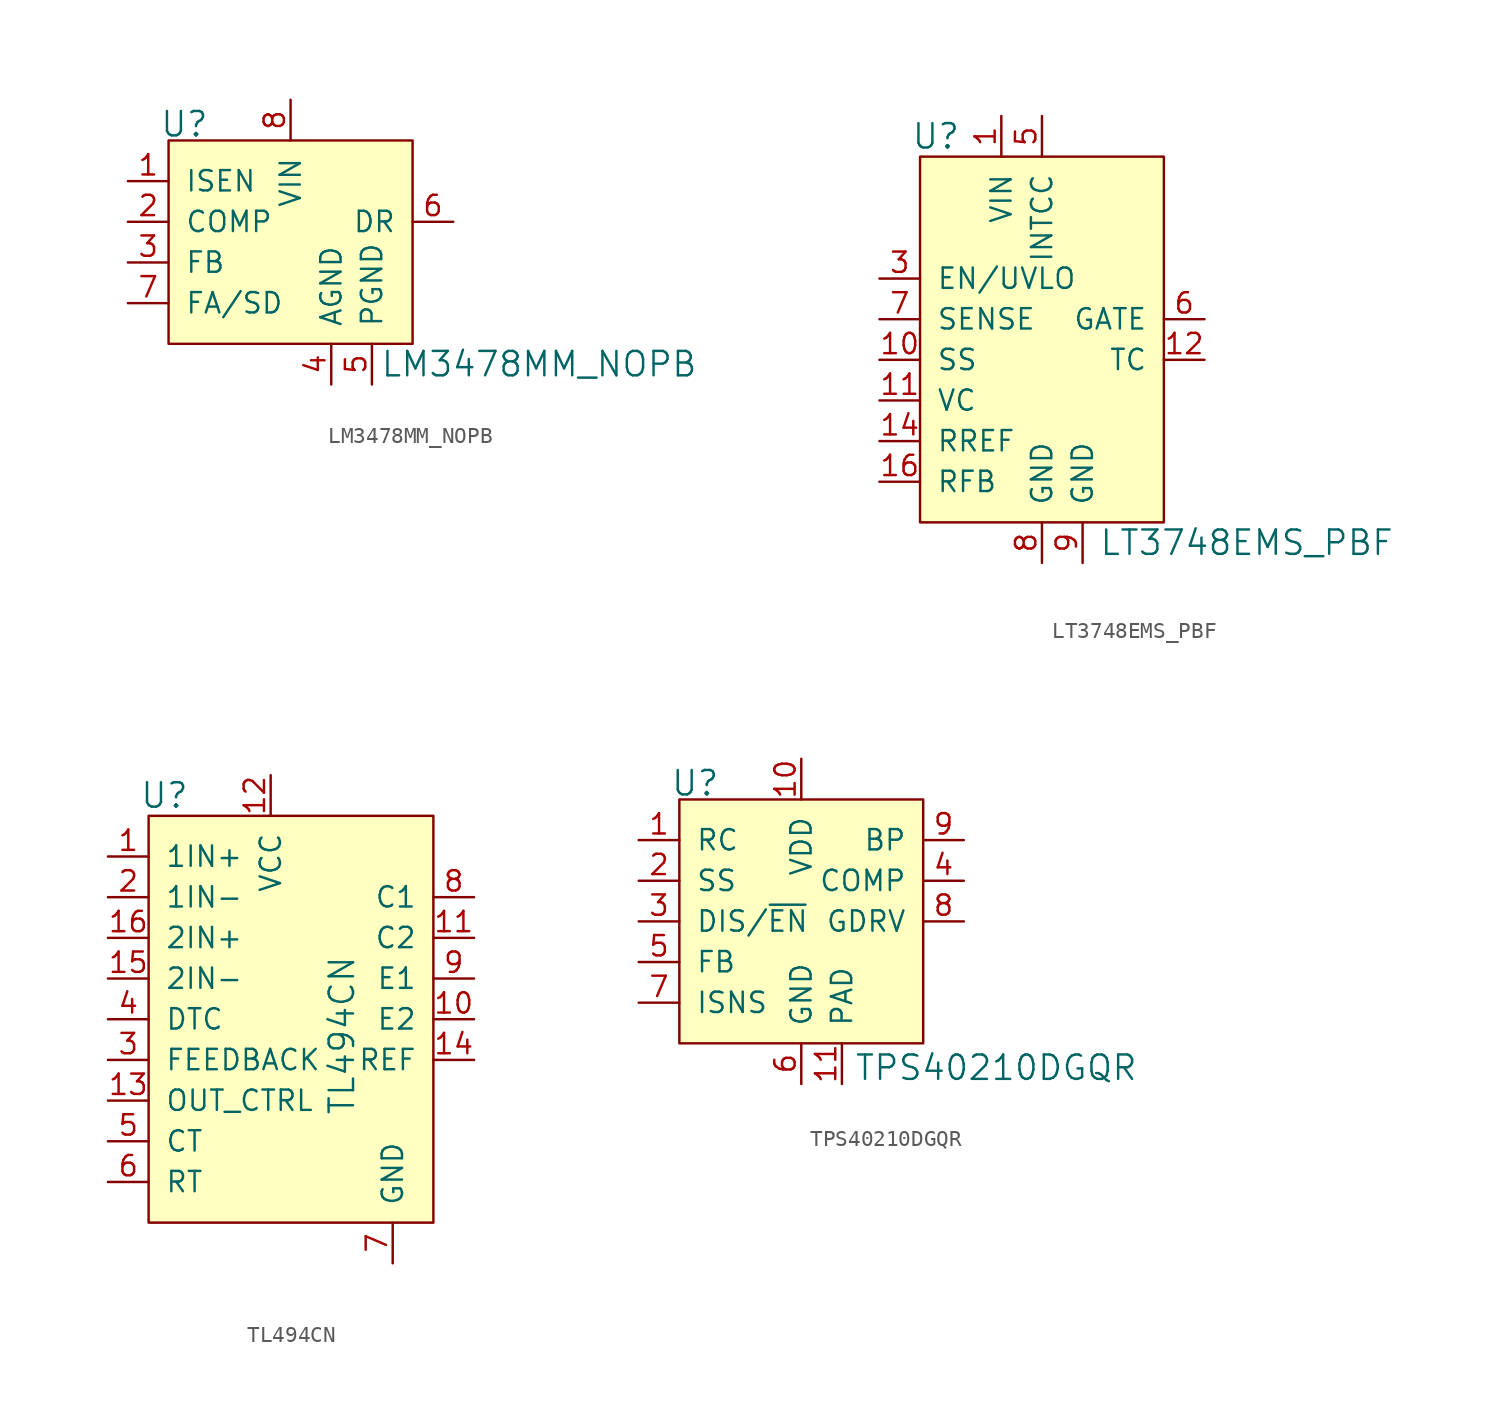
<source format=kicad_sym>
(kicad_symbol_lib
  (version 20231120)
  (generator "kicad_symbol_editor")
  (generator_version "8.0")
  (symbol "LM3478MM_NOPB"
    (pin_names
      (offset 1.016))
    (property "Reference" "U"
      (at -5.08 6.096 0)
      (effects (font (size 1.524 1.524)) (justify right)))
    (property "Value" "LM3478MM_NOPB"
      (at 5.588 -8.89 0)
      (effects (font (size 1.524 1.524)) (justify left)))
    (symbol "LM3478MM_NOPB_0_1"
      (rectangle (start -7.62 5.08) (end 7.62 -7.62) (stroke (width 0) (type solid)) (fill (type background))))
    (symbol "LM3478MM_NOPB_1_1"
      (pin input line (at -10.16 2.54 0) (length 2.54) (name "ISEN" (effects (font (size 1.27 1.27)))) (number "1" (effects (font (size 1.27 1.27)))))
      (pin passive line (at -10.16 0 0) (length 2.54) (name "COMP" (effects (font (size 1.27 1.27)))) (number "2" (effects (font (size 1.27 1.27)))))
      (pin input line (at -10.16 -2.54 0) (length 2.54) (name "FB" (effects (font (size 1.27 1.27)))) (number "3" (effects (font (size 1.27 1.27)))))
      (pin power_in line (at 2.54 -10.16 90) (length 2.54) (name "AGND" (effects (font (size 1.27 1.27)))) (number "4" (effects (font (size 1.27 1.27)))))
      (pin power_in line (at 5.08 -10.16 90) (length 2.54) (name "PGND" (effects (font (size 1.27 1.27)))) (number "5" (effects (font (size 1.27 1.27)))))
      (pin output line (at 10.16 0 180) (length 2.54) (name "DR" (effects (font (size 1.27 1.27)))) (number "6" (effects (font (size 1.27 1.27)))))
      (pin passive line (at -10.16 -5.08 0) (length 2.54) (name "FA/SD" (effects (font (size 1.27 1.27)))) (number "7" (effects (font (size 1.27 1.27)))))
      (pin power_in line (at 0 7.62 270) (length 2.54) (name "VIN" (effects (font (size 1.27 1.27)))) (number "8" (effects (font (size 1.27 1.27)))))))
  (symbol "LT3748EMS_PBF"
    (pin_names
      (offset 1.016))
    (property "Reference" "U"
      (at -5.08 3.81 0)
      (effects (font (size 1.524 1.524)) (justify right)))
    (property "Value" "LT3748EMS_PBF"
      (at 3.556 -21.59 0)
      (effects (font (size 1.524 1.524)) (justify left)))
    (symbol "LT3748EMS_PBF_0_1"
      (rectangle (start -7.62 2.54) (end 7.62 -20.32) (stroke (width 0) (type solid)) (fill (type background))))
    (symbol "LT3748EMS_PBF_1_1"
      (pin power_in line (at -2.54 5.08 270) (length 2.54) (name "VIN" (effects (font (size 1.27 1.27)))) (number "1" (effects (font (size 1.27 1.27)))))
      (pin input line (at -10.16 -10.16 0) (length 2.54) (name "SS" (effects (font (size 1.27 1.27)))) (number "10" (effects (font (size 1.27 1.27)))))
      (pin passive line (at -10.16 -12.7 0) (length 2.54) (name "VC" (effects (font (size 1.27 1.27)))) (number "11" (effects (font (size 1.27 1.27)))))
      (pin output line (at 10.16 -10.16 180) (length 2.54) (name "TC" (effects (font (size 1.27 1.27)))) (number "12" (effects (font (size 1.27 1.27)))))
      (pin input line (at -10.16 -15.24 0) (length 2.54) (name "RREF" (effects (font (size 1.27 1.27)))) (number "14" (effects (font (size 1.27 1.27)))))
      (pin input line (at -10.16 -17.78 0) (length 2.54) (name "RFB" (effects (font (size 1.27 1.27)))) (number "16" (effects (font (size 1.27 1.27)))))
      (pin input line (at -10.16 -5.08 0) (length 2.54) (name "EN/UVLO" (effects (font (size 1.27 1.27)))) (number "3" (effects (font (size 1.27 1.27)))))
      (pin power_in line (at 0 5.08 270) (length 2.54) (name "INTCC" (effects (font (size 1.27 1.27)))) (number "5" (effects (font (size 1.27 1.27)))))
      (pin output line (at 10.16 -7.62 180) (length 2.54) (name "GATE" (effects (font (size 1.27 1.27)))) (number "6" (effects (font (size 1.27 1.27)))))
      (pin input line (at -10.16 -7.62 0) (length 2.54) (name "SENSE" (effects (font (size 1.27 1.27)))) (number "7" (effects (font (size 1.27 1.27)))))
      (pin power_in line (at 0 -22.86 90) (length 2.54) (name "GND" (effects (font (size 1.27 1.27)))) (number "8" (effects (font (size 1.27 1.27)))))
      (pin power_in line (at 2.54 -22.86 90) (length 2.54) (name "GND" (effects (font (size 1.27 1.27)))) (number "9" (effects (font (size 1.27 1.27)))))))
  (symbol "TL494CN"
    (pin_names
      (offset 1.016))
    (property "Reference" "U"
      (at -5.08 8.89 0)
      (effects (font (size 1.524 1.524)) (justify right)))
    (property "Value" "TL494CN"
      (at 4.445 -6.096 90)
      (effects (font (size 1.524 1.524))))
    (symbol "TL494CN_0_1"
      (rectangle (start -7.62 7.62) (end 10.16 -17.78) (stroke (width 0) (type solid)) (fill (type background))))
    (symbol "TL494CN_1_1"
      (pin input line (at -10.16 5.08 0) (length 2.54) (name "1IN+" (effects (font (size 1.27 1.27)))) (number "1" (effects (font (size 1.27 1.27)))))
      (pin output line (at 12.7 -5.08 180) (length 2.54) (name "E2" (effects (font (size 1.27 1.27)))) (number "10" (effects (font (size 1.27 1.27)))))
      (pin output line (at 12.7 0 180) (length 2.54) (name "C2" (effects (font (size 1.27 1.27)))) (number "11" (effects (font (size 1.27 1.27)))))
      (pin power_in line (at 0 10.16 270) (length 2.54) (name "VCC" (effects (font (size 1.27 1.27)))) (number "12" (effects (font (size 1.27 1.27)))))
      (pin input line (at -10.16 -10.16 0) (length 2.54) (name "OUT_CTRL" (effects (font (size 1.27 1.27)))) (number "13" (effects (font (size 1.27 1.27)))))
      (pin output line (at 12.7 -7.62 180) (length 2.54) (name "REF" (effects (font (size 1.27 1.27)))) (number "14" (effects (font (size 1.27 1.27)))))
      (pin input line (at -10.16 -2.54 0) (length 2.54) (name "2IN-" (effects (font (size 1.27 1.27)))) (number "15" (effects (font (size 1.27 1.27)))))
      (pin input line (at -10.16 0 0) (length 2.54) (name "2IN+" (effects (font (size 1.27 1.27)))) (number "16" (effects (font (size 1.27 1.27)))))
      (pin input line (at -10.16 2.54 0) (length 2.54) (name "1IN-" (effects (font (size 1.27 1.27)))) (number "2" (effects (font (size 1.27 1.27)))))
      (pin input line (at -10.16 -7.62 0) (length 2.54) (name "FEEDBACK" (effects (font (size 1.27 1.27)))) (number "3" (effects (font (size 1.27 1.27)))))
      (pin input line (at -10.16 -5.08 0) (length 2.54) (name "DTC" (effects (font (size 1.27 1.27)))) (number "4" (effects (font (size 1.27 1.27)))))
      (pin passive line (at -10.16 -12.7 0) (length 2.54) (name "CT" (effects (font (size 1.27 1.27)))) (number "5" (effects (font (size 1.27 1.27)))))
      (pin passive line (at -10.16 -15.24 0) (length 2.54) (name "RT" (effects (font (size 1.27 1.27)))) (number "6" (effects (font (size 1.27 1.27)))))
      (pin power_in line (at 7.62 -20.32 90) (length 2.54) (name "GND" (effects (font (size 1.27 1.27)))) (number "7" (effects (font (size 1.27 1.27)))))
      (pin output line (at 12.7 2.54 180) (length 2.54) (name "C1" (effects (font (size 1.27 1.27)))) (number "8" (effects (font (size 1.27 1.27)))))
      (pin output line (at 12.7 -2.54 180) (length 2.54) (name "E1" (effects (font (size 1.27 1.27)))) (number "9" (effects (font (size 1.27 1.27)))))))
  (symbol "TPS40210DGQR"
    (pin_names
      (offset 1.016))
    (property "Reference" "U"
      (at -5.08 3.556 0)
      (effects (font (size 1.524 1.524)) (justify right)))
    (property "Value" "TPS40210DGQR"
      (at 3.302 -14.224 0)
      (effects (font (size 1.524 1.524)) (justify left)))
    (symbol "TPS40210DGQR_0_1"
      (rectangle (start -7.62 2.54) (end 7.62 -12.7) (stroke (width 0) (type solid)) (fill (type background))))
    (symbol "TPS40210DGQR_1_1"
      (pin passive line (at -10.16 0 0) (length 2.54) (name "RC" (effects (font (size 1.27 1.27)))) (number "1" (effects (font (size 1.27 1.27)))))
      (pin power_in line (at 0 5.08 270) (length 2.54) (name "VDD" (effects (font (size 1.27 1.27)))) (number "10" (effects (font (size 1.27 1.27)))))
      (pin passive line (at 2.54 -15.24 90) (length 2.54) (name "PAD" (effects (font (size 1.27 1.27)))) (number "11" (effects (font (size 1.27 1.27)))))
      (pin input line (at -10.16 -2.54 0) (length 2.54) (name "SS" (effects (font (size 1.27 1.27)))) (number "2" (effects (font (size 1.27 1.27)))))
      (pin input line (at -10.16 -5.08 0) (length 2.54) (name "DIS/~{EN}" (effects (font (size 1.27 1.27)))) (number "3" (effects (font (size 1.27 1.27)))))
      (pin output line (at 10.16 -2.54 180) (length 2.54) (name "COMP" (effects (font (size 1.27 1.27)))) (number "4" (effects (font (size 1.27 1.27)))))
      (pin input line (at -10.16 -7.62 0) (length 2.54) (name "FB" (effects (font (size 1.27 1.27)))) (number "5" (effects (font (size 1.27 1.27)))))
      (pin power_in line (at 0 -15.24 90) (length 2.54) (name "GND" (effects (font (size 1.27 1.27)))) (number "6" (effects (font (size 1.27 1.27)))))
      (pin input line (at -10.16 -10.16 0) (length 2.54) (name "ISNS" (effects (font (size 1.27 1.27)))) (number "7" (effects (font (size 1.27 1.27)))))
      (pin output line (at 10.16 -5.08 180) (length 2.54) (name "GDRV" (effects (font (size 1.27 1.27)))) (number "8" (effects (font (size 1.27 1.27)))))
      (pin output line (at 10.16 0 180) (length 2.54) (name "BP" (effects (font (size 1.27 1.27)))) (number "9" (effects (font (size 1.27 1.27))))))))
</source>
